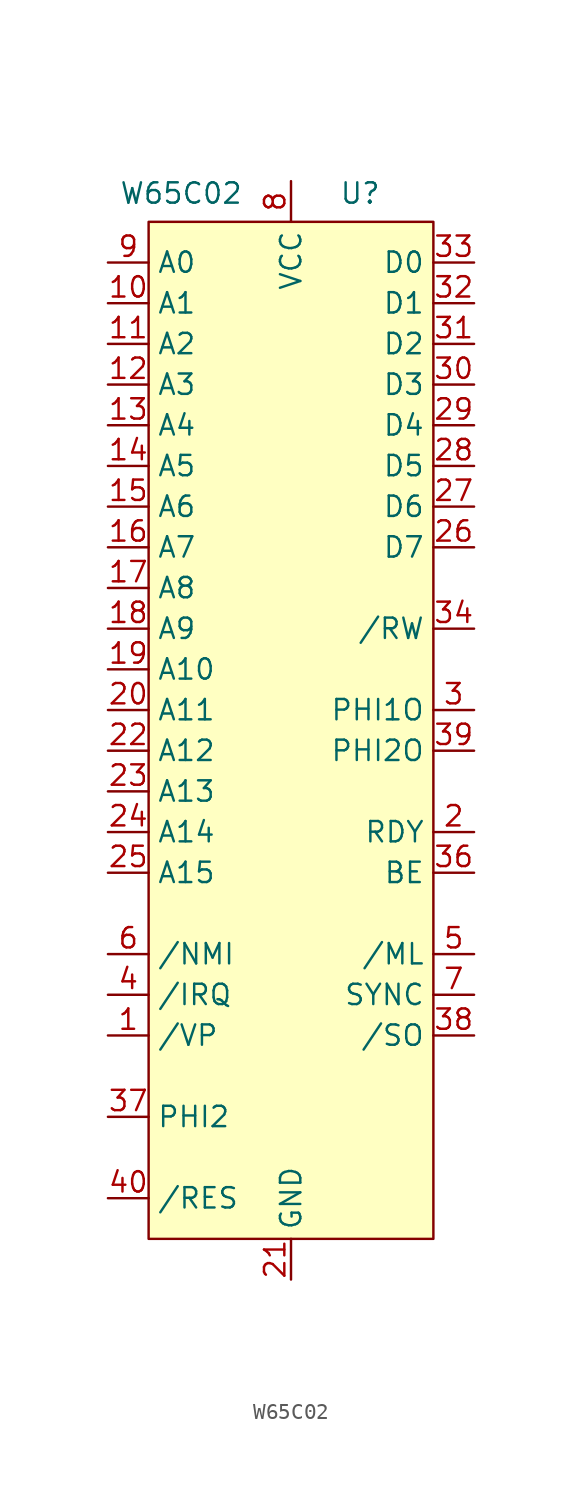
<source format=kicad_sym>
(kicad_symbol_lib
  (version 20231120)
  (generator "kicad_symbol_editor")
  (generator_version "8.0")
  (symbol "W65C02"
    (property "Reference" "U"
      (at 4.318 34.798 0)
      (effects (font (size 1.27 1.27))))
    (property "Value" "W65C02"
      (at -6.858 34.798 0)
      (effects (font (size 1.27 1.27))))
    (symbol "W65C02_1_1"
      (rectangle (start -8.89 33.02) (end 8.89 -30.48) (stroke (width 0) (type default)) (fill (type background)))
      (pin output line (at -11.43 -17.78 0) (length 2.54) (name "/VP" (effects (font (size 1.27 1.27)))) (number "1" (effects (font (size 1.27 1.27)))))
      (pin output line (at -11.43 27.94 0) (length 2.54) (name "A1" (effects (font (size 1.27 1.27)))) (number "10" (effects (font (size 1.27 1.27)))))
      (pin output line (at -11.43 25.4 0) (length 2.54) (name "A2" (effects (font (size 1.27 1.27)))) (number "11" (effects (font (size 1.27 1.27)))))
      (pin output line (at -11.43 22.86 0) (length 2.54) (name "A3" (effects (font (size 1.27 1.27)))) (number "12" (effects (font (size 1.27 1.27)))))
      (pin output line (at -11.43 20.32 0) (length 2.54) (name "A4" (effects (font (size 1.27 1.27)))) (number "13" (effects (font (size 1.27 1.27)))))
      (pin output line (at -11.43 17.78 0) (length 2.54) (name "A5" (effects (font (size 1.27 1.27)))) (number "14" (effects (font (size 1.27 1.27)))))
      (pin output line (at -11.43 15.24 0) (length 2.54) (name "A6" (effects (font (size 1.27 1.27)))) (number "15" (effects (font (size 1.27 1.27)))))
      (pin output line (at -11.43 12.7 0) (length 2.54) (name "A7" (effects (font (size 1.27 1.27)))) (number "16" (effects (font (size 1.27 1.27)))))
      (pin output line (at -11.43 10.16 0) (length 2.54) (name "A8" (effects (font (size 1.27 1.27)))) (number "17" (effects (font (size 1.27 1.27)))))
      (pin output line (at -11.43 7.62 0) (length 2.54) (name "A9" (effects (font (size 1.27 1.27)))) (number "18" (effects (font (size 1.27 1.27)))))
      (pin output line (at -11.43 5.08 0) (length 2.54) (name "A10" (effects (font (size 1.27 1.27)))) (number "19" (effects (font (size 1.27 1.27)))))
      (pin bidirectional line (at 11.43 -5.08 180) (length 2.54) (name "RDY" (effects (font (size 1.27 1.27)))) (number "2" (effects (font (size 1.27 1.27)))))
      (pin output line (at -11.43 2.54 0) (length 2.54) (name "A11" (effects (font (size 1.27 1.27)))) (number "20" (effects (font (size 1.27 1.27)))))
      (pin power_in line (at 0 -33.02 90) (length 2.54) (name "GND" (effects (font (size 1.27 1.27)))) (number "21" (effects (font (size 1.27 1.27)))))
      (pin output line (at -11.43 0 0) (length 2.54) (name "A12" (effects (font (size 1.27 1.27)))) (number "22" (effects (font (size 1.27 1.27)))))
      (pin output line (at -11.43 -2.54 0) (length 2.54) (name "A13" (effects (font (size 1.27 1.27)))) (number "23" (effects (font (size 1.27 1.27)))))
      (pin output line (at -11.43 -5.08 0) (length 2.54) (name "A14" (effects (font (size 1.27 1.27)))) (number "24" (effects (font (size 1.27 1.27)))))
      (pin output line (at -11.43 -7.62 0) (length 2.54) (name "A15" (effects (font (size 1.27 1.27)))) (number "25" (effects (font (size 1.27 1.27)))))
      (pin bidirectional line (at 11.43 12.7 180) (length 2.54) (name "D7" (effects (font (size 1.27 1.27)))) (number "26" (effects (font (size 1.27 1.27)))))
      (pin bidirectional line (at 11.43 15.24 180) (length 2.54) (name "D6" (effects (font (size 1.27 1.27)))) (number "27" (effects (font (size 1.27 1.27)))))
      (pin bidirectional line (at 11.43 17.78 180) (length 2.54) (name "D5" (effects (font (size 1.27 1.27)))) (number "28" (effects (font (size 1.27 1.27)))))
      (pin bidirectional line (at 11.43 20.32 180) (length 2.54) (name "D4" (effects (font (size 1.27 1.27)))) (number "29" (effects (font (size 1.27 1.27)))))
      (pin output line (at 11.43 2.54 180) (length 2.54) (name "PHI1O" (effects (font (size 1.27 1.27)))) (number "3" (effects (font (size 1.27 1.27)))))
      (pin bidirectional line (at 11.43 22.86 180) (length 2.54) (name "D3" (effects (font (size 1.27 1.27)))) (number "30" (effects (font (size 1.27 1.27)))))
      (pin bidirectional line (at 11.43 25.4 180) (length 2.54) (name "D2" (effects (font (size 1.27 1.27)))) (number "31" (effects (font (size 1.27 1.27)))))
      (pin bidirectional line (at 11.43 27.94 180) (length 2.54) (name "D1" (effects (font (size 1.27 1.27)))) (number "32" (effects (font (size 1.27 1.27)))))
      (pin bidirectional line (at 11.43 30.48 180) (length 2.54) (name "D0" (effects (font (size 1.27 1.27)))) (number "33" (effects (font (size 1.27 1.27)))))
      (pin output line (at 11.43 7.62 180) (length 2.54) (name "/RW" (effects (font (size 1.27 1.27)))) (number "34" (effects (font (size 1.27 1.27)))))
      (pin no_connect line (at 11.43 -20.32 180) (length 2.54) hide (name "NC" (effects (font (size 1.27 1.27)))) (number "35" (effects (font (size 1.27 1.27)))))
      (pin input line (at 11.43 -7.62 180) (length 2.54) (name "BE" (effects (font (size 1.27 1.27)))) (number "36" (effects (font (size 1.27 1.27)))))
      (pin input line (at -11.43 -22.86 0) (length 2.54) (name "PHI2" (effects (font (size 1.27 1.27)))) (number "37" (effects (font (size 1.27 1.27)))))
      (pin input line (at 11.43 -17.78 180) (length 2.54) (name "/SO" (effects (font (size 1.27 1.27)))) (number "38" (effects (font (size 1.27 1.27)))))
      (pin output line (at 11.43 0 180) (length 2.54) (name "PHI2O" (effects (font (size 1.27 1.27)))) (number "39" (effects (font (size 1.27 1.27)))))
      (pin input line (at -11.43 -15.24 0) (length 2.54) (name "/IRQ" (effects (font (size 1.27 1.27)))) (number "4" (effects (font (size 1.27 1.27)))))
      (pin input line (at -11.43 -27.94 0) (length 2.54) (name "/RES" (effects (font (size 1.27 1.27)))) (number "40" (effects (font (size 1.27 1.27)))))
      (pin output line (at 11.43 -12.7 180) (length 2.54) (name "/ML" (effects (font (size 1.27 1.27)))) (number "5" (effects (font (size 1.27 1.27)))))
      (pin input line (at -11.43 -12.7 0) (length 2.54) (name "/NMI" (effects (font (size 1.27 1.27)))) (number "6" (effects (font (size 1.27 1.27)))))
      (pin output line (at 11.43 -15.24 180) (length 2.54) (name "SYNC" (effects (font (size 1.27 1.27)))) (number "7" (effects (font (size 1.27 1.27)))))
      (pin power_in line (at 0 35.56 270) (length 2.54) (name "VCC" (effects (font (size 1.27 1.27)))) (number "8" (effects (font (size 1.27 1.27)))))
      (pin output line (at -11.43 30.48 0) (length 2.54) (name "A0" (effects (font (size 1.27 1.27)))) (number "9" (effects (font (size 1.27 1.27))))))))
</source>
